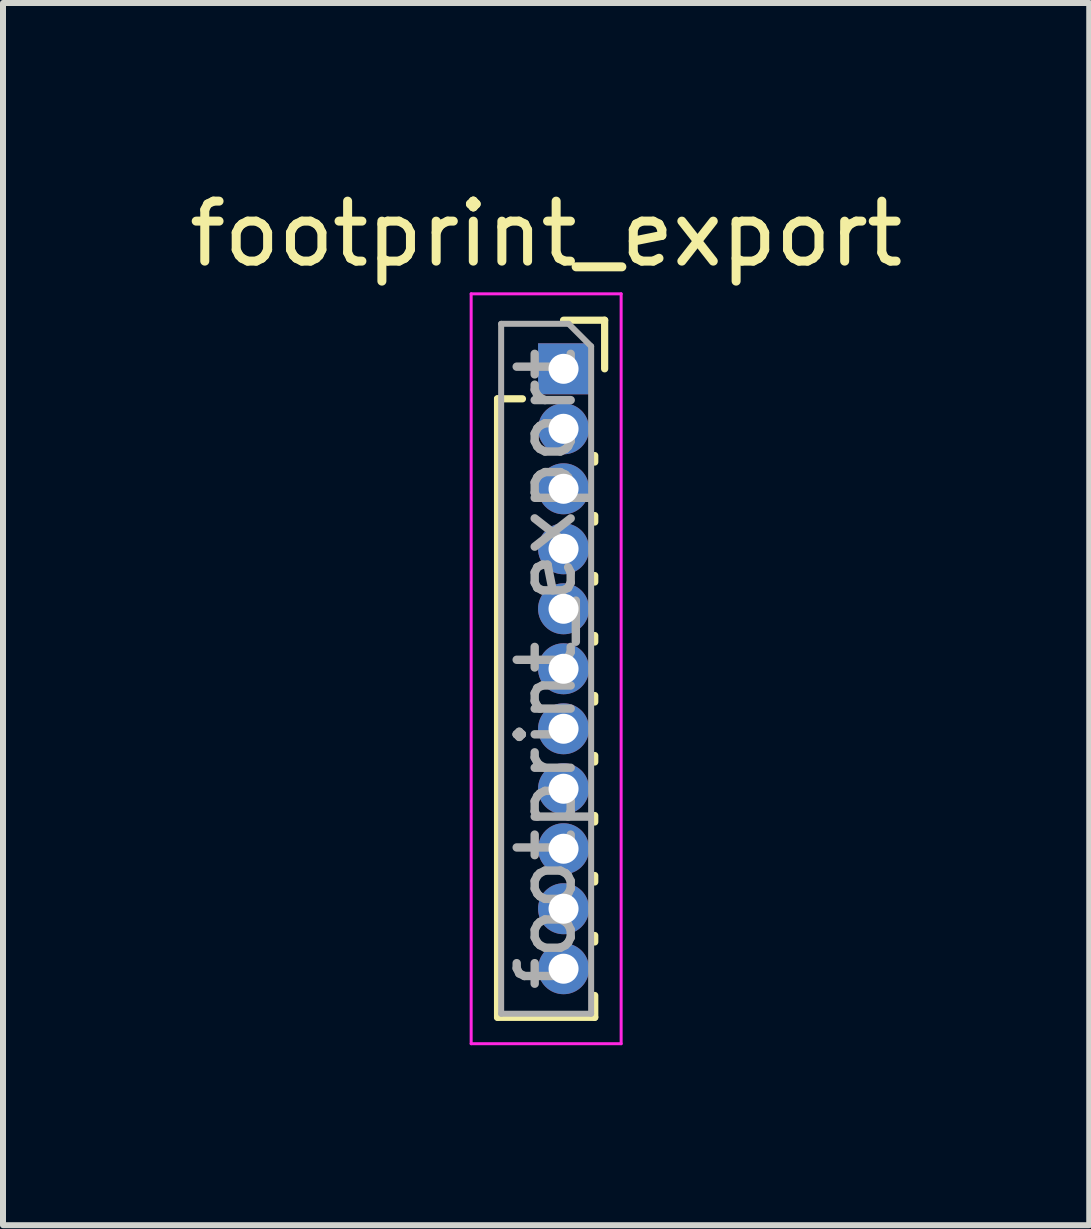
<source format=kicad_pcb>
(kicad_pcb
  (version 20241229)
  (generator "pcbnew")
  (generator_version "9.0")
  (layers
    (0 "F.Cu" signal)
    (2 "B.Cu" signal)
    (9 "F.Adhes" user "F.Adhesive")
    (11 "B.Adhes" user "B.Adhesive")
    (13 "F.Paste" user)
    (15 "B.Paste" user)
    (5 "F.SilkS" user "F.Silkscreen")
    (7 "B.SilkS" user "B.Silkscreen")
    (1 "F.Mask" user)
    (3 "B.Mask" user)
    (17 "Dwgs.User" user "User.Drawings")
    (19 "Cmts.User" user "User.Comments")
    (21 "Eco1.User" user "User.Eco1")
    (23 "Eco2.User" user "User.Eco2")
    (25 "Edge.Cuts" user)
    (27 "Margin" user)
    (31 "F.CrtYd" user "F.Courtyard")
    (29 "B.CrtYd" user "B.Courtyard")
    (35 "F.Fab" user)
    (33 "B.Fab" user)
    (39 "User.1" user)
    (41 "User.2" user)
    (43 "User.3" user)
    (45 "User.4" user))
  (footprint "footprint_export"
    (layer "F.Cu")
    (at 6.344 3.098)
    (property "Reference" "footprint_export" (at -0.29 -2.25 0) (layer "F.SilkS") (effects (font (size 1 1) (thickness 0.15))))
    (attr through_hole)
    (fp_line (start -1.1 0.5) (end -1.1 10.81) (stroke (width 0.12) (type solid)) (layer "F.SilkS"))
    (fp_line (start -1.1 0.5) (end -0.685 0.5) (stroke (width 0.12) (type solid)) (layer "F.SilkS"))
    (fp_line (start -1.1 10.81) (end 0.52 10.81) (stroke (width 0.12) (type solid)) (layer "F.SilkS"))
    (fp_line (start 0 -0.81) (end 0.685 -0.81) (stroke (width 0.12) (type solid)) (layer "F.SilkS"))
    (fp_line (start 0.52 1.446) (end 0.52 1.554) (stroke (width 0.12) (type solid)) (layer "F.SilkS"))
    (fp_line (start 0.52 2.446) (end 0.52 2.554) (stroke (width 0.12) (type solid)) (layer "F.SilkS"))
    (fp_line (start 0.52 3.446) (end 0.52 3.554) (stroke (width 0.12) (type solid)) (layer "F.SilkS"))
    (fp_line (start 0.52 4.446) (end 0.52 4.554) (stroke (width 0.12) (type solid)) (layer "F.SilkS"))
    (fp_line (start 0.52 5.446) (end 0.52 5.554) (stroke (width 0.12) (type solid)) (layer "F.SilkS"))
    (fp_line (start 0.52 6.446) (end 0.52 6.554) (stroke (width 0.12) (type solid)) (layer "F.SilkS"))
    (fp_line (start 0.52 7.446) (end 0.52 7.554) (stroke (width 0.12) (type solid)) (layer "F.SilkS"))
    (fp_line (start 0.52 8.446) (end 0.52 8.554) (stroke (width 0.12) (type solid)) (layer "F.SilkS"))
    (fp_line (start 0.52 9.446) (end 0.52 9.554) (stroke (width 0.12) (type solid)) (layer "F.SilkS"))
    (fp_line (start 0.52 10.446) (end 0.52 10.81) (stroke (width 0.12) (type solid)) (layer "F.SilkS"))
    (fp_line (start 0.685 -0.81) (end 0.685 0) (stroke (width 0.12) (type solid)) (layer "F.SilkS"))
    (fp_line (start -1.54 -1.25) (end 0.96 -1.25) (stroke (width 0.05) (type solid)) (layer "F.CrtYd"))
    (fp_line (start -1.54 11.25) (end -1.54 -1.25) (stroke (width 0.05) (type solid)) (layer "F.CrtYd"))
    (fp_line (start 0.96 -1.25) (end 0.96 11.25) (stroke (width 0.05) (type solid)) (layer "F.CrtYd"))
    (fp_line (start 0.96 11.25) (end -1.54 11.25) (stroke (width 0.05) (type solid)) (layer "F.CrtYd"))
    (fp_line (start -1.04 -0.75) (end 0.085 -0.75) (stroke (width 0.1) (type solid)) (layer "F.Fab"))
    (fp_line (start -1.04 10.75) (end -1.04 -0.75) (stroke (width 0.1) (type solid)) (layer "F.Fab"))
    (fp_line (start 0.085 -0.75) (end 0.46 -0.375) (stroke (width 0.1) (type solid)) (layer "F.Fab"))
    (fp_line (start 0.46 -0.375) (end 0.46 10.75) (stroke (width 0.1) (type solid)) (layer "F.Fab"))
    (fp_line (start 0.46 10.75) (end -1.04 10.75) (stroke (width 0.1) (type solid)) (layer "F.Fab"))
    (fp_text user "${REFERENCE}" (at -0.29 5 90) (layer "F.Fab") (effects (font (size 0.9 0.9) (thickness 0.14))))
    (pad "1" thru_hole rect (at 0 0) (size 0.85 0.85) (drill 0.5) (layers "*.Cu" "*.Mask"))
    (pad "2" thru_hole oval (at 0 1) (size 0.85 0.85) (drill 0.5) (layers "*.Cu" "*.Mask"))
    (pad "3" thru_hole oval (at 0 2) (size 0.85 0.85) (drill 0.5) (layers "*.Cu" "*.Mask"))
    (pad "4" thru_hole oval (at 0 3) (size 0.85 0.85) (drill 0.5) (layers "*.Cu" "*.Mask"))
    (pad "5" thru_hole oval (at 0 4) (size 0.85 0.85) (drill 0.5) (layers "*.Cu" "*.Mask"))
    (pad "6" thru_hole oval (at 0 5) (size 0.85 0.85) (drill 0.5) (layers "*.Cu" "*.Mask"))
    (pad "7" thru_hole oval (at 0 6) (size 0.85 0.85) (drill 0.5) (layers "*.Cu" "*.Mask"))
    (pad "8" thru_hole oval (at 0 7) (size 0.85 0.85) (drill 0.5) (layers "*.Cu" "*.Mask"))
    (pad "9" thru_hole oval (at 0 8) (size 0.85 0.85) (drill 0.5) (layers "*.Cu" "*.Mask"))
    (pad "10" thru_hole oval (at 0 9) (size 0.85 0.85) (drill 0.5) (layers "*.Cu" "*.Mask"))
    (pad "11" thru_hole oval (at 0 10) (size 0.85 0.85) (drill 0.5) (layers "*.Cu" "*.Mask")))
  (gr_rect
    (start -3 -3)
    (end 15.107 17.373)
    (stroke (width 0.1) (type default))
    (fill no)
    (layer "Edge.Cuts")))
</source>
